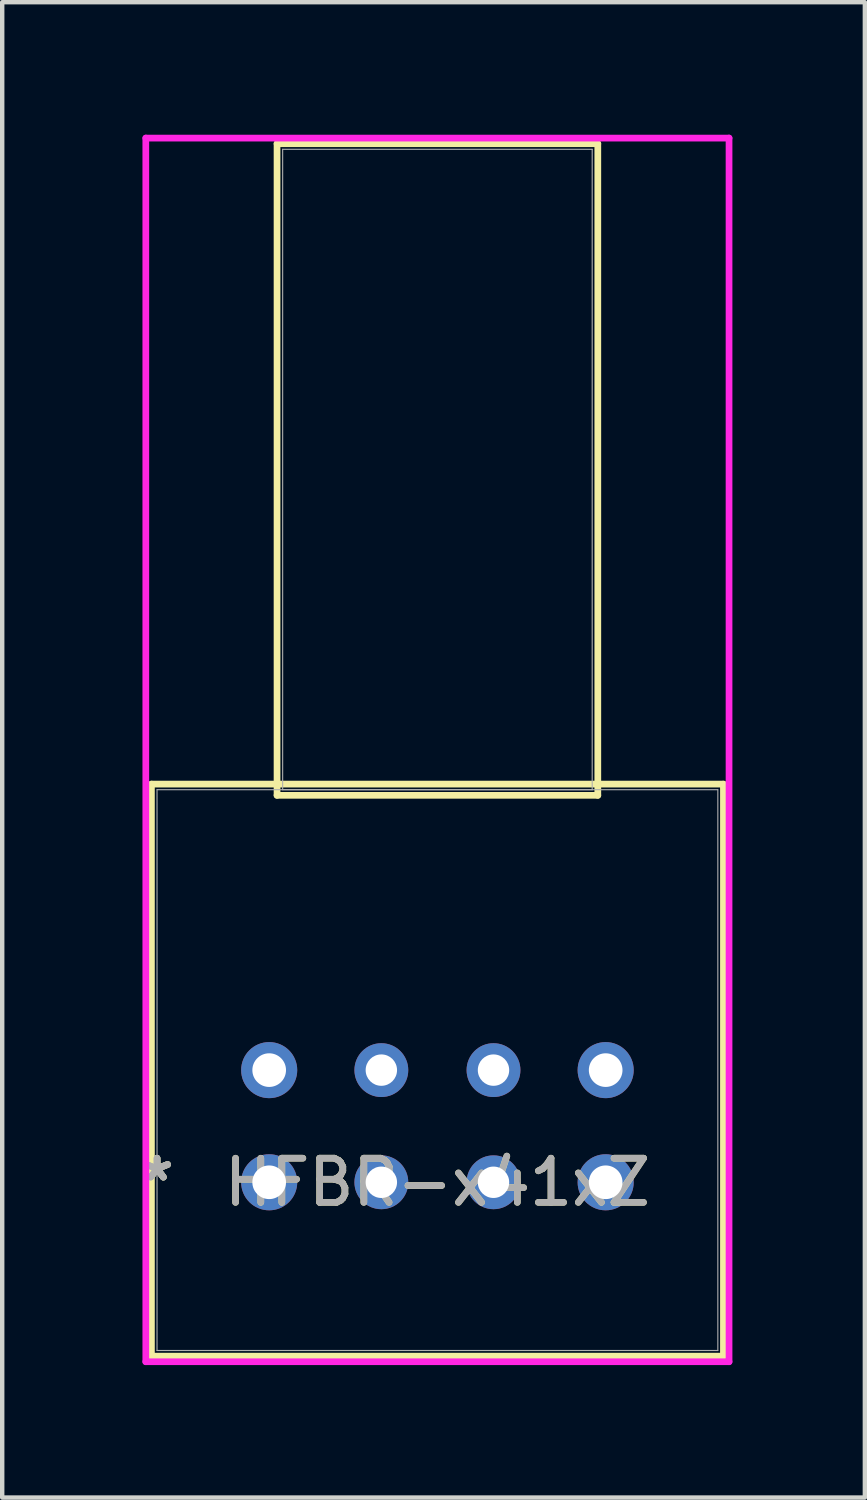
<source format=kicad_pcb>
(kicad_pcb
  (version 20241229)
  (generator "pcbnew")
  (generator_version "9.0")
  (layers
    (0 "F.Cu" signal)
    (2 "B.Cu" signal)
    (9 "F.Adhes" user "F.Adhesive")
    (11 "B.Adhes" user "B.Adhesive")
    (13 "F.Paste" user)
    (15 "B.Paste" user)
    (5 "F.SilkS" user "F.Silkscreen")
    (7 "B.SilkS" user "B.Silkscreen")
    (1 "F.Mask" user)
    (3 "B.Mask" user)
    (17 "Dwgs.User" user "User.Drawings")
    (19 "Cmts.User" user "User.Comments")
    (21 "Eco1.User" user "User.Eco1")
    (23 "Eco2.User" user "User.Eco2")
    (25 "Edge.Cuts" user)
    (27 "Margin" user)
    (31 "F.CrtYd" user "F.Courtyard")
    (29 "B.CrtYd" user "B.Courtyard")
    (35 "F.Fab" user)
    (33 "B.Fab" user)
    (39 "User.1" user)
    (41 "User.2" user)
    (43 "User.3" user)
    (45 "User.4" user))
  (footprint "HFBR-x41xZ"
    (layer "F.Cu")
    (at 3.046 23.724)
    (property "Reference" "HFBR-x41xZ" (at 3.81 0 0) (unlocked yes) (layer "F.SilkS") (effects (font (size 1 1) (thickness 0.15))))
    (attr through_hole)
    (fp_line (start -2.667 -9.017) (end -2.667 3.937) (stroke (width 0.152) (type solid)) (layer "F.SilkS"))
    (fp_line (start -2.667 3.937) (end 10.287 3.937) (stroke (width 0.152) (type solid)) (layer "F.SilkS"))
    (fp_line (start 0.178 -23.52) (end 0.178 -8.763) (stroke (width 0.152) (type solid)) (layer "F.SilkS"))
    (fp_line (start 0.178 -8.763) (end 7.442 -8.763) (stroke (width 0.152) (type solid)) (layer "F.SilkS"))
    (fp_line (start 7.442 -23.52) (end 0.178 -23.52) (stroke (width 0.152) (type solid)) (layer "F.SilkS"))
    (fp_line (start 7.442 -8.763) (end 7.442 -23.52) (stroke (width 0.152) (type solid)) (layer "F.SilkS"))
    (fp_line (start 10.287 -9.017) (end -2.667 -9.017) (stroke (width 0.152) (type solid)) (layer "F.SilkS"))
    (fp_line (start 10.287 3.937) (end 10.287 -9.017) (stroke (width 0.152) (type solid)) (layer "F.SilkS"))
    (fp_line (start -2.794 -23.647) (end -2.794 4.064) (stroke (width 0.152) (type solid)) (layer "F.CrtYd"))
    (fp_line (start -2.794 4.064) (end 10.414 4.064) (stroke (width 0.152) (type solid)) (layer "F.CrtYd"))
    (fp_line (start 10.414 -23.647) (end -2.794 -23.647) (stroke (width 0.152) (type solid)) (layer "F.CrtYd"))
    (fp_line (start 10.414 4.064) (end 10.414 -23.647) (stroke (width 0.152) (type solid)) (layer "F.CrtYd"))
    (fp_line (start -2.54 -8.89) (end -2.54 3.81) (stroke (width 0.025) (type solid)) (layer "F.Fab"))
    (fp_line (start -2.54 3.81) (end 10.16 3.81) (stroke (width 0.025) (type solid)) (layer "F.Fab"))
    (fp_line (start 0.305 -23.393) (end 0.305 -8.89) (stroke (width 0.025) (type solid)) (layer "F.Fab"))
    (fp_line (start 0.305 -8.89) (end 7.315 -8.89) (stroke (width 0.025) (type solid)) (layer "F.Fab"))
    (fp_line (start 7.315 -23.393) (end 0.305 -23.393) (stroke (width 0.025) (type solid)) (layer "F.Fab"))
    (fp_line (start 7.315 -8.89) (end 7.315 -23.393) (stroke (width 0.025) (type solid)) (layer "F.Fab"))
    (fp_line (start 10.16 -8.89) (end -2.54 -8.89) (stroke (width 0.025) (type solid)) (layer "F.Fab"))
    (fp_line (start 10.16 3.81) (end 10.16 -8.89) (stroke (width 0.025) (type solid)) (layer "F.Fab"))
    (fp_text user "*" (at -2.54 0 0) (layer "F.SilkS") (effects (font (size 1 1) (thickness 0.15))))
    (fp_text user "*" (at -2.54 0 0) (unlocked yes) (layer "F.SilkS") (effects (font (size 1 1) (thickness 0.15))))
    (fp_text user "${REFERENCE}" (at 3.81 0 0) (unlocked yes) (layer "F.Fab") (effects (font (size 1 1) (thickness 0.15))))
    (fp_text user "*" (at -2.54 0 0) (unlocked yes) (layer "F.Fab") (effects (font (size 1 1) (thickness 0.15))))
    (fp_text user "*" (at -2.54 0 0) (layer "F.Fab") (effects (font (size 1 1) (thickness 0.15))))
    (pad "1" thru_hole circle (at 0 0) (size 1.27 1.27) (drill 0.762) (layers "*.Cu" "*.Mask"))
    (pad "2" thru_hole circle (at 2.54 0) (size 1.219 1.219) (drill 0.711) (layers "*.Cu" "*.Mask"))
    (pad "3" thru_hole circle (at 5.08 0) (size 1.219 1.219) (drill 0.711) (layers "*.Cu" "*.Mask"))
    (pad "4" thru_hole circle (at 7.62 0) (size 1.27 1.27) (drill 0.762) (layers "*.Cu" "*.Mask"))
    (pad "5" thru_hole circle (at 7.62 -2.54) (size 1.27 1.27) (drill 0.762) (layers "*.Cu" "*.Mask"))
    (pad "6" thru_hole circle (at 5.08 -2.54) (size 1.219 1.219) (drill 0.711) (layers "*.Cu" "*.Mask"))
    (pad "7" thru_hole circle (at 2.54 -2.54) (size 1.219 1.219) (drill 0.711) (layers "*.Cu" "*.Mask"))
    (pad "8" thru_hole circle (at 0 -2.54) (size 1.27 1.27) (drill 0.762) (layers "*.Cu" "*.Mask")))
  (gr_rect
    (start -3 -3)
    (end 16.536 30.864)
    (stroke (width 0.1) (type default))
    (fill no)
    (layer "Edge.Cuts")))
</source>
